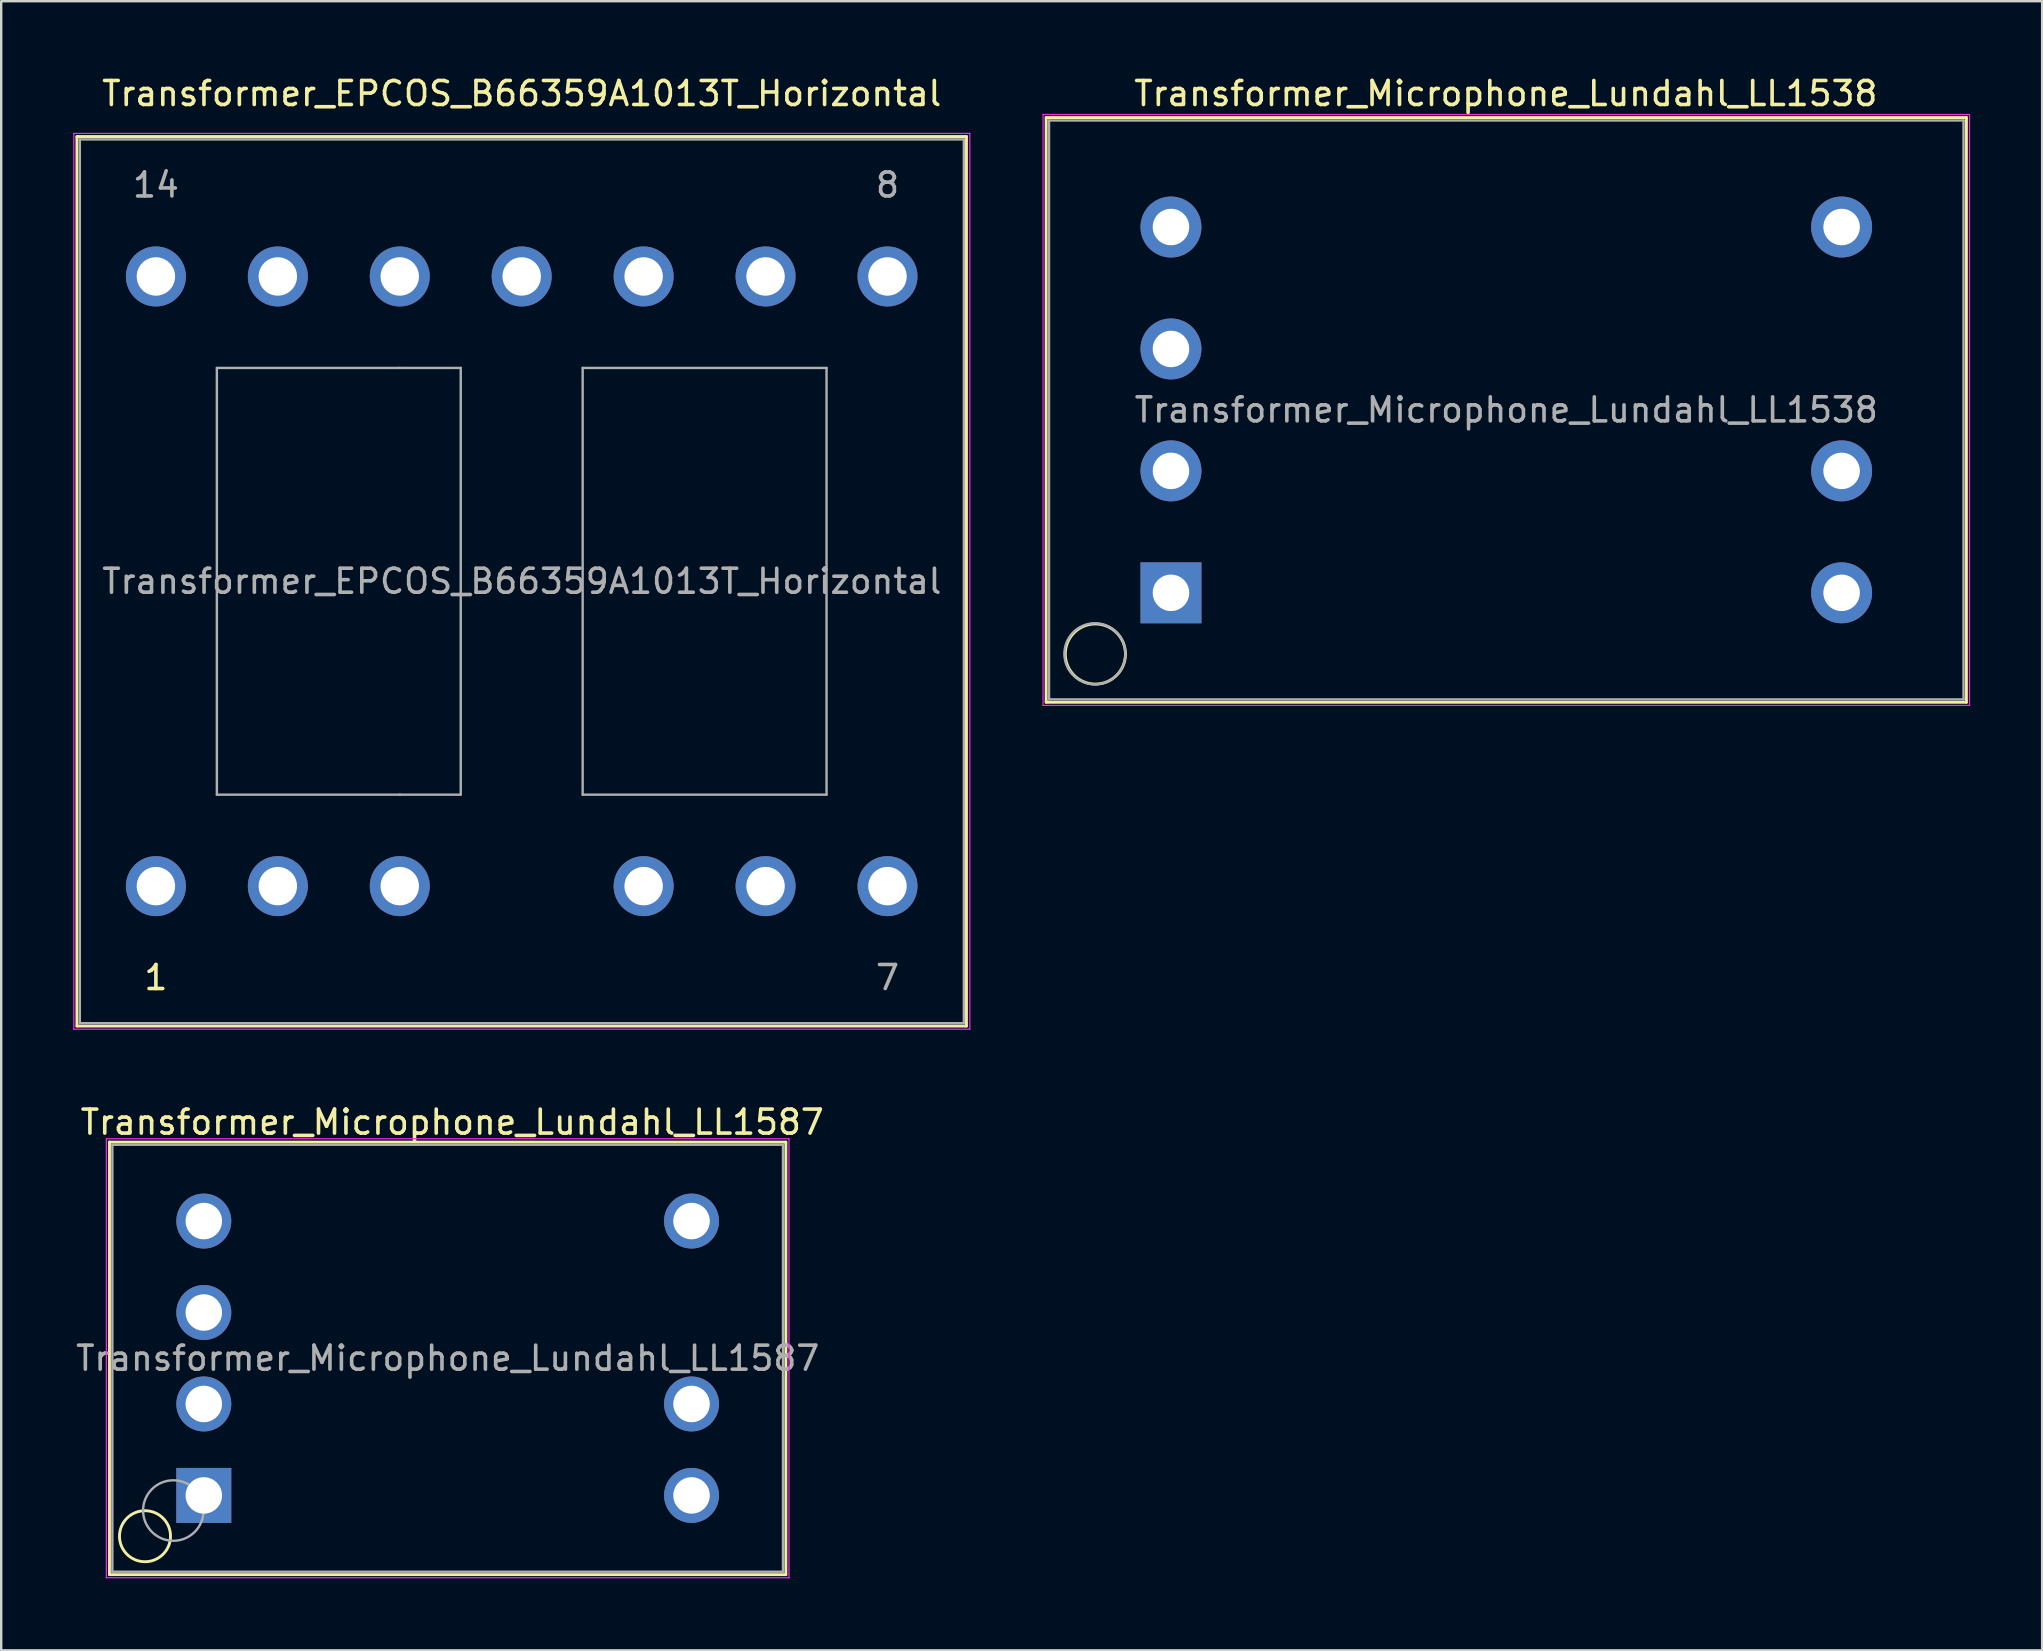
<source format=kicad_pcb>
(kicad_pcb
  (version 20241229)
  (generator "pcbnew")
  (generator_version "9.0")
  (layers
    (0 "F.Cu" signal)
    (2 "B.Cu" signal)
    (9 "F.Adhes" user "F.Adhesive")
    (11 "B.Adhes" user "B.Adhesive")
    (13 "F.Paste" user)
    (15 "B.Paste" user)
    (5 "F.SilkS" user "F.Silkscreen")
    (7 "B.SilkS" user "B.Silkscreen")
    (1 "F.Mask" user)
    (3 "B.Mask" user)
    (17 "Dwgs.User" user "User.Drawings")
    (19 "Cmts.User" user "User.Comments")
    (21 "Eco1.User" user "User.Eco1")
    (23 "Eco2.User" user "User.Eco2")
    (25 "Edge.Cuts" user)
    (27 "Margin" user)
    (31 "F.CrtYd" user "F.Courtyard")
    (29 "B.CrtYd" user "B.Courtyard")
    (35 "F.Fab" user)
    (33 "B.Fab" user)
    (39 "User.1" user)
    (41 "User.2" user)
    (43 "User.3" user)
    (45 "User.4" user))
  (footprint "Transformer_Microphone_Lundahl_LL1587"
    (layer "F.Cu")
    (at 5.441 59.252)
    (property "Reference" "Transformer_Microphone_Lundahl_LL1587" (at 10.35 -15.55 0) (layer "F.SilkS") (effects (font (size 1 1) (thickness 0.15))))
    (attr through_hole)
    (fp_line (start -3.93 -14.72) (end -3.93 3.3) (stroke (width 0.12) (type solid)) (layer "F.SilkS"))
    (fp_line (start -3.93 -14.72) (end 24.25 -14.72) (stroke (width 0.12) (type solid)) (layer "F.SilkS"))
    (fp_line (start 24.25 3.3) (end -3.93 3.3) (stroke (width 0.12) (type solid)) (layer "F.SilkS"))
    (fp_line (start 24.25 3.3) (end 24.25 -14.72) (stroke (width 0.12) (type solid)) (layer "F.SilkS"))
    (fp_circle (center -2.45 1.7) (end -1.75 2.5) (stroke (width 0.12) (type solid)) (fill no) (layer "F.SilkS"))
    (fp_line (start -4.06 -14.86) (end -4.06 3.43) (stroke (width 0.05) (type solid)) (layer "F.CrtYd"))
    (fp_line (start -4.06 -14.86) (end 24.38 -14.86) (stroke (width 0.05) (type solid)) (layer "F.CrtYd"))
    (fp_line (start 24.38 3.43) (end -4.06 3.43) (stroke (width 0.05) (type solid)) (layer "F.CrtYd"))
    (fp_line (start 24.38 3.43) (end 24.38 -14.86) (stroke (width 0.05) (type solid)) (layer "F.CrtYd"))
    (fp_line (start -3.81 -14.61) (end -3.81 3.18) (stroke (width 0.1) (type solid)) (layer "F.Fab"))
    (fp_line (start -3.81 3.18) (end 24.13 3.18) (stroke (width 0.1) (type solid)) (layer "F.Fab"))
    (fp_line (start 24.13 -14.61) (end -3.81 -14.61) (stroke (width 0.1) (type solid)) (layer "F.Fab"))
    (fp_line (start 24.13 -5.71) (end 24.13 -14.61) (stroke (width 0.1) (type solid)) (layer "F.Fab"))
    (fp_line (start 24.13 3.18) (end 24.13 -5.71) (stroke (width 0.1) (type solid)) (layer "F.Fab"))
    (fp_circle (center -1.27 0.63) (end -1.27 -0.63) (stroke (width 0.1) (type solid)) (fill no) (layer "F.Fab"))
    (fp_text user "${REFERENCE}" (at 10.16 -5.715 0) (layer "F.Fab") (effects (font (size 1 1) (thickness 0.15))))
    (pad "1" thru_hole rect (at 0 0) (size 2.29 2.29) (drill 1.52) (layers "*.Cu" "*.Mask"))
    (pad "2" thru_hole circle (at 0 -3.81) (size 2.29 2.29) (drill 1.52) (layers "*.Cu" "*.Mask"))
    (pad "3" thru_hole circle (at 0 -7.62) (size 2.29 2.29) (drill 1.52) (layers "*.Cu" "*.Mask"))
    (pad "4" thru_hole circle (at 0 -11.43) (size 2.29 2.29) (drill 1.52) (layers "*.Cu" "*.Mask"))
    (pad "5" thru_hole circle (at 20.32 0) (size 2.29 2.29) (drill 1.52) (layers "*.Cu" "*.Mask"))
    (pad "6" thru_hole circle (at 20.32 -3.81) (size 2.29 2.29) (drill 1.52) (layers "*.Cu" "*.Mask"))
    (pad "8" thru_hole circle (at 20.32 -11.43) (size 2.29 2.29) (drill 1.52) (layers "*.Cu" "*.Mask")))
  (footprint "Transformer_EPCOS_B66359A1013T_Horizontal"
    (layer "F.Cu")
    (at 3.445 33.868)
    (property "Reference" "Transformer_EPCOS_B66359A1013T_Horizontal" (at 15.24 -33.02 0) (layer "F.SilkS") (effects (font (size 1 1) (thickness 0.15))))
    (attr through_hole)
    (fp_line (start -3.29 -31.23) (end -3.29 5.83) (stroke (width 0.12) (type solid)) (layer "F.SilkS"))
    (fp_line (start -3.29 -31.23) (end 33.77 -31.23) (stroke (width 0.12) (type solid)) (layer "F.SilkS"))
    (fp_line (start 33.77 5.83) (end -3.29 5.83) (stroke (width 0.12) (type solid)) (layer "F.SilkS"))
    (fp_line (start 33.77 5.83) (end 33.77 -31.23) (stroke (width 0.12) (type solid)) (layer "F.SilkS"))
    (fp_line (start -3.42 -31.36) (end -3.42 5.96) (stroke (width 0.05) (type solid)) (layer "F.CrtYd"))
    (fp_line (start -3.42 -31.36) (end 33.91 -31.36) (stroke (width 0.05) (type solid)) (layer "F.CrtYd"))
    (fp_line (start 33.91 5.96) (end -3.42 5.96) (stroke (width 0.05) (type solid)) (layer "F.CrtYd"))
    (fp_line (start 33.91 5.96) (end 33.91 -31.36) (stroke (width 0.05) (type solid)) (layer "F.CrtYd"))
    (fp_line (start -3.17 -31.11) (end 33.66 -31.11) (stroke (width 0.1) (type solid)) (layer "F.Fab"))
    (fp_line (start -3.17 5.71) (end -3.17 -31.11) (stroke (width 0.1) (type solid)) (layer "F.Fab"))
    (fp_line (start 2.54 -21.59) (end 2.54 -3.81) (stroke (width 0.1) (type solid)) (layer "F.Fab"))
    (fp_line (start 2.54 -3.81) (end 10.16 -3.81) (stroke (width 0.1) (type solid)) (layer "F.Fab"))
    (fp_line (start 10.16 -21.59) (end 2.54 -21.59) (stroke (width 0.1) (type solid)) (layer "F.Fab"))
    (fp_line (start 10.16 -21.59) (end 12.7 -21.59) (stroke (width 0.1) (type solid)) (layer "F.Fab"))
    (fp_line (start 12.7 -21.59) (end 12.7 -3.81) (stroke (width 0.1) (type solid)) (layer "F.Fab"))
    (fp_line (start 12.7 -3.81) (end 10.16 -3.81) (stroke (width 0.1) (type solid)) (layer "F.Fab"))
    (fp_line (start 17.78 -21.59) (end 17.78 -3.81) (stroke (width 0.1) (type solid)) (layer "F.Fab"))
    (fp_line (start 17.78 -3.81) (end 27.94 -3.81) (stroke (width 0.1) (type solid)) (layer "F.Fab"))
    (fp_line (start 27.94 -21.59) (end 17.78 -21.59) (stroke (width 0.1) (type solid)) (layer "F.Fab"))
    (fp_line (start 27.94 -3.81) (end 27.94 -21.59) (stroke (width 0.1) (type solid)) (layer "F.Fab"))
    (fp_line (start 33.66 -31.11) (end 33.66 5.71) (stroke (width 0.1) (type solid)) (layer "F.Fab"))
    (fp_line (start 33.66 5.71) (end -3.17 5.71) (stroke (width 0.1) (type solid)) (layer "F.Fab"))
    (fp_text user "1" (at 0 3.81 0) (layer "F.SilkS") (effects (font (size 1 1) (thickness 0.15))))
    (fp_text user "8" (at 30.48 -29.21 0) (layer "F.Fab") (effects (font (size 1 1) (thickness 0.15))))
    (fp_text user "14" (at 0 -29.21 0) (layer "F.Fab") (effects (font (size 1 1) (thickness 0.15))))
    (fp_text user "7" (at 30.48 3.81 0) (layer "F.Fab") (effects (font (size 1 1) (thickness 0.15))))
    (fp_text user "${REFERENCE}" (at 15.245 -12.7 0) (layer "F.Fab") (effects (font (size 1 1) (thickness 0.15))))
    (pad "1" thru_hole circle (at 0 0) (size 2.5 2.5) (drill 1.6) (layers "*.Cu" "*.Mask"))
    (pad "2" thru_hole circle (at 5.08 0) (size 2.5 2.5) (drill 1.6) (layers "*.Cu" "*.Mask"))
    (pad "3" thru_hole circle (at 10.16 0) (size 2.5 2.5) (drill 1.6) (layers "*.Cu" "*.Mask"))
    (pad "5" thru_hole circle (at 20.32 0) (size 2.5 2.5) (drill 1.6) (layers "*.Cu" "*.Mask"))
    (pad "6" thru_hole circle (at 25.4 0) (size 2.5 2.5) (drill 1.6) (layers "*.Cu" "*.Mask"))
    (pad "7" thru_hole circle (at 30.48 0) (size 2.5 2.5) (drill 1.6) (layers "*.Cu" "*.Mask"))
    (pad "8" thru_hole circle (at 30.48 -25.4) (size 2.5 2.5) (drill 1.6) (layers "*.Cu" "*.Mask"))
    (pad "9" thru_hole circle (at 25.4 -25.4) (size 2.5 2.5) (drill 1.6) (layers "*.Cu" "*.Mask"))
    (pad "10" thru_hole circle (at 20.32 -25.4) (size 2.5 2.5) (drill 1.6) (layers "*.Cu" "*.Mask"))
    (pad "11" thru_hole circle (at 15.24 -25.4) (size 2.5 2.5) (drill 1.6) (layers "*.Cu" "*.Mask"))
    (pad "12" thru_hole circle (at 10.16 -25.4) (size 2.5 2.5) (drill 1.6) (layers "*.Cu" "*.Mask"))
    (pad "13" thru_hole circle (at 5.08 -25.4) (size 2.5 2.5) (drill 1.6) (layers "*.Cu" "*.Mask"))
    (pad "14" thru_hole circle (at 0 -25.4) (size 2.5 2.5) (drill 1.6) (layers "*.Cu" "*.Mask")))
  (footprint "Transformer_Microphone_Lundahl_LL1538"
    (layer "F.Cu")
    (at 45.735 21.648)
    (property "Reference" "Transformer_Microphone_Lundahl_LL1538" (at 13.95 -20.8 0) (layer "F.SilkS") (effects (font (size 1 1) (thickness 0.15))))
    (attr through_hole)
    (fp_line (start -5.2 -19.8) (end -5.2 4.56) (stroke (width 0.12) (type solid)) (layer "F.SilkS"))
    (fp_line (start -5.2 -19.8) (end 33.14 -19.8) (stroke (width 0.12) (type solid)) (layer "F.SilkS"))
    (fp_line (start 33.14 4.56) (end -5.2 4.56) (stroke (width 0.12) (type solid)) (layer "F.SilkS"))
    (fp_line (start 33.14 4.56) (end 33.14 -19.8) (stroke (width 0.12) (type solid)) (layer "F.SilkS"))
    (fp_circle (center -3.15 2.55) (end -2 3.05) (stroke (width 0.12) (type solid)) (fill no) (layer "F.SilkS"))
    (fp_line (start -5.33 -19.93) (end -5.33 4.69) (stroke (width 0.05) (type solid)) (layer "F.CrtYd"))
    (fp_line (start -5.33 -19.93) (end 33.27 -19.93) (stroke (width 0.05) (type solid)) (layer "F.CrtYd"))
    (fp_line (start 33.27 4.69) (end -5.33 4.69) (stroke (width 0.05) (type solid)) (layer "F.CrtYd"))
    (fp_line (start 33.27 4.69) (end 33.27 -19.93) (stroke (width 0.05) (type solid)) (layer "F.CrtYd"))
    (fp_line (start -5.08 -19.68) (end 33.02 -19.68) (stroke (width 0.1) (type solid)) (layer "F.Fab"))
    (fp_line (start -5.08 4.44) (end -5.08 -19.68) (stroke (width 0.1) (type solid)) (layer "F.Fab"))
    (fp_line (start 33.02 -19.68) (end 33.02 4.44) (stroke (width 0.1) (type solid)) (layer "F.Fab"))
    (fp_line (start 33.02 4.44) (end -5.08 4.44) (stroke (width 0.1) (type solid)) (layer "F.Fab"))
    (fp_circle (center -3.17 2.54) (end -3.17 1.27) (stroke (width 0.1) (type solid)) (fill no) (layer "F.Fab"))
    (fp_text user "${REFERENCE}" (at 13.97 -7.62 0) (layer "F.Fab") (effects (font (size 1 1) (thickness 0.15))))
    (pad "1" thru_hole rect (at 0 0) (size 2.54 2.54) (drill 1.52) (layers "*.Cu" "*.Mask"))
    (pad "2" thru_hole circle (at 0 -5.08) (size 2.54 2.54) (drill 1.52) (layers "*.Cu" "*.Mask"))
    (pad "3" thru_hole circle (at 0 -10.16) (size 2.54 2.54) (drill 1.52) (layers "*.Cu" "*.Mask"))
    (pad "4" thru_hole circle (at 0 -15.24) (size 2.54 2.54) (drill 1.52) (layers "*.Cu" "*.Mask"))
    (pad "5" thru_hole circle (at 27.94 0) (size 2.54 2.54) (drill 1.52) (layers "*.Cu" "*.Mask"))
    (pad "6" thru_hole circle (at 27.94 -5.08) (size 2.54 2.54) (drill 1.52) (layers "*.Cu" "*.Mask"))
    (pad "8" thru_hole circle (at 27.94 -15.24) (size 2.54 2.54) (drill 1.52) (layers "*.Cu" "*.Mask")))
  (gr_rect
    (start -3 -3)
    (end 82.03 65.707)
    (stroke (width 0.1) (type default))
    (fill no)
    (layer "Edge.Cuts")))
</source>
